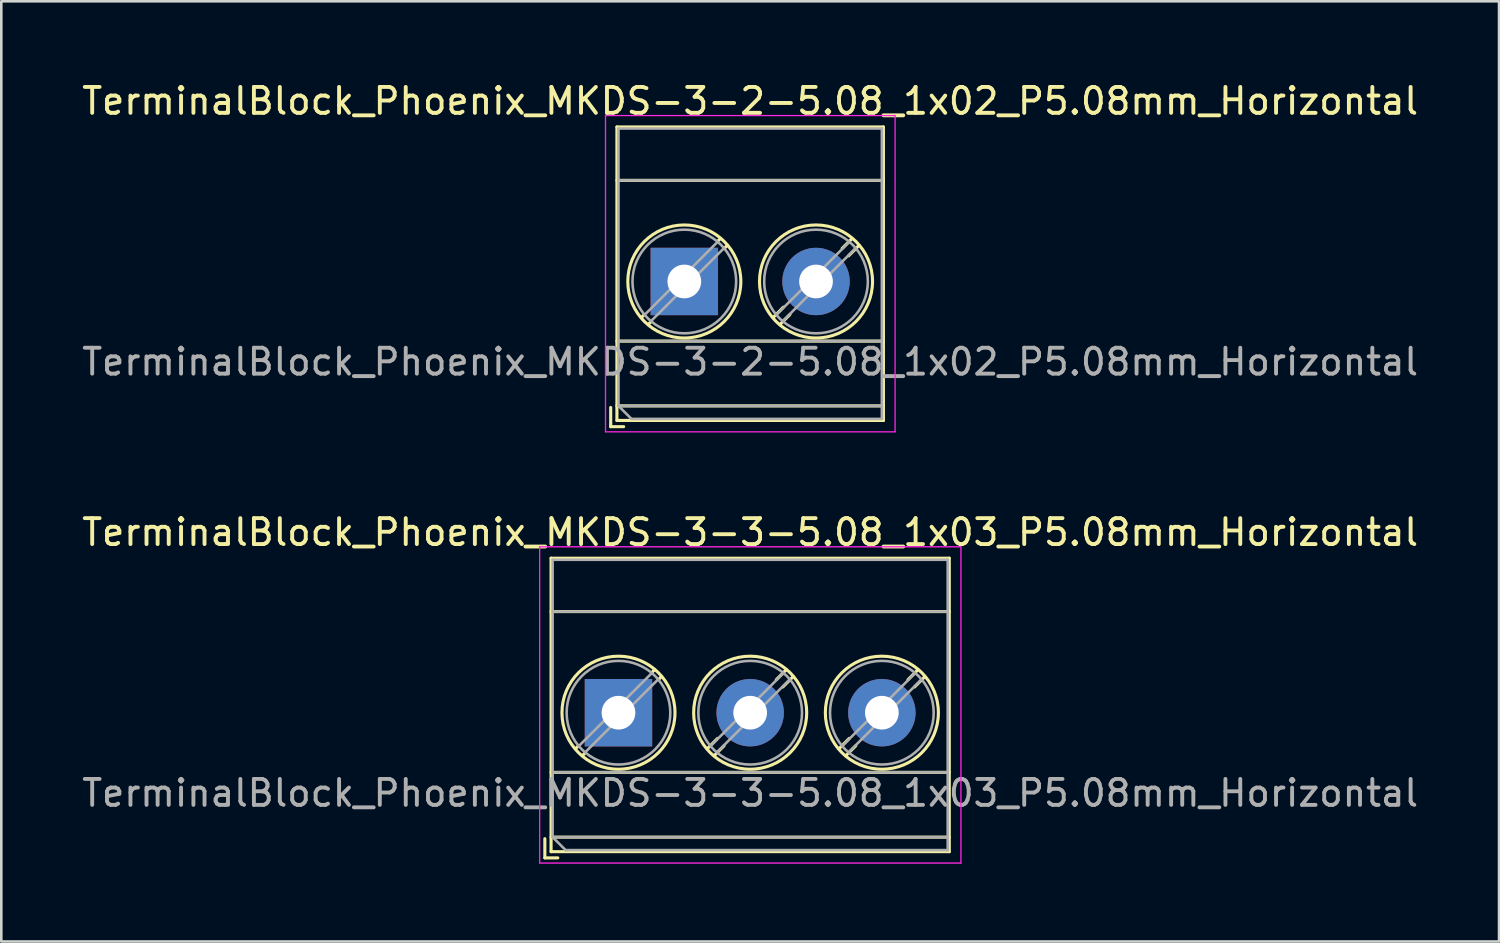
<source format=kicad_pcb>
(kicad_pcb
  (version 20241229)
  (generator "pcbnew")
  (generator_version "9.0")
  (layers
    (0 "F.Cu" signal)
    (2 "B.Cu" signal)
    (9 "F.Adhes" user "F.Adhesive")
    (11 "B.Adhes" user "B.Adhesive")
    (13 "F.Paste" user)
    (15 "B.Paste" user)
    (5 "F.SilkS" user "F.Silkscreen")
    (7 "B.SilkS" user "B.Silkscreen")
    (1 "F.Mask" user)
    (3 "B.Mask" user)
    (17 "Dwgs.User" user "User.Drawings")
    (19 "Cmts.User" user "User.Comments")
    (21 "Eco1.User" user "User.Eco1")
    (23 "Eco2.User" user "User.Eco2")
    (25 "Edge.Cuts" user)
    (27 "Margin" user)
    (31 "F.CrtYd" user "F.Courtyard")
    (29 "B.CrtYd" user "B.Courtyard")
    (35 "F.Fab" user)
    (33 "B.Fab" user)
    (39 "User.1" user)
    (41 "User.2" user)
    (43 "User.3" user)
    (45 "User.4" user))
  (footprint "TerminalBlock_Phoenix_MKDS-3-3-5.08_1x03_P5.08mm_Horizontal"
    (layer "F.Cu")
    (at 20.807 24.442)
    (property "Reference" "TerminalBlock_Phoenix_MKDS-3-3-5.08_1x03_P5.08mm_Horizontal" (at 5.08 -6.96 0) (layer "F.SilkS") (effects (font (size 1 1) (thickness 0.15))))
    (attr through_hole)
    (fp_line (start -2.84 4.86) (end -2.84 5.6) (stroke (width 0.12) (type solid)) (layer "F.SilkS"))
    (fp_line (start -2.84 5.6) (end -2.34 5.6) (stroke (width 0.12) (type solid)) (layer "F.SilkS"))
    (fp_line (start -2.6 -5.96) (end -2.6 5.36) (stroke (width 0.12) (type solid)) (layer "F.SilkS"))
    (fp_line (start -2.6 -5.96) (end 12.76 -5.96) (stroke (width 0.12) (type solid)) (layer "F.SilkS"))
    (fp_line (start -2.6 -3.9) (end 12.76 -3.9) (stroke (width 0.12) (type solid)) (layer "F.SilkS"))
    (fp_line (start -2.6 2.3) (end 12.76 2.3) (stroke (width 0.12) (type solid)) (layer "F.SilkS"))
    (fp_line (start -2.6 4.8) (end 12.76 4.8) (stroke (width 0.12) (type solid)) (layer "F.SilkS"))
    (fp_line (start -2.6 5.36) (end 12.76 5.36) (stroke (width 0.12) (type solid)) (layer "F.SilkS"))
    (fp_line (start -1.548 1.281) (end -1.654 1.388) (stroke (width 0.12) (type solid)) (layer "F.SilkS"))
    (fp_line (start -1.282 1.547) (end -1.388 1.654) (stroke (width 0.12) (type solid)) (layer "F.SilkS"))
    (fp_line (start 1.388 -1.654) (end 1.281 -1.547) (stroke (width 0.12) (type solid)) (layer "F.SilkS"))
    (fp_line (start 1.654 -1.388) (end 1.547 -1.281) (stroke (width 0.12) (type solid)) (layer "F.SilkS"))
    (fp_line (start 3.822 0.992) (end 3.427 1.388) (stroke (width 0.12) (type solid)) (layer "F.SilkS"))
    (fp_line (start 4.073 1.274) (end 3.693 1.654) (stroke (width 0.12) (type solid)) (layer "F.SilkS"))
    (fp_line (start 6.468 -1.654) (end 6.088 -1.274) (stroke (width 0.12) (type solid)) (layer "F.SilkS"))
    (fp_line (start 6.734 -1.388) (end 6.339 -0.992) (stroke (width 0.12) (type solid)) (layer "F.SilkS"))
    (fp_line (start 8.902 0.992) (end 8.507 1.388) (stroke (width 0.12) (type solid)) (layer "F.SilkS"))
    (fp_line (start 9.153 1.274) (end 8.773 1.654) (stroke (width 0.12) (type solid)) (layer "F.SilkS"))
    (fp_line (start 11.548 -1.654) (end 11.168 -1.274) (stroke (width 0.12) (type solid)) (layer "F.SilkS"))
    (fp_line (start 11.814 -1.388) (end 11.419 -0.992) (stroke (width 0.12) (type solid)) (layer "F.SilkS"))
    (fp_line (start 12.76 -5.96) (end 12.76 5.36) (stroke (width 0.12) (type solid)) (layer "F.SilkS"))
    (fp_circle (center 0 0) (end 2.18 0) (stroke (width 0.12) (type solid)) (fill no) (layer "F.SilkS"))
    (fp_circle (center 5.08 0) (end 7.26 0) (stroke (width 0.12) (type solid)) (fill no) (layer "F.SilkS"))
    (fp_circle (center 10.16 0) (end 12.34 0) (stroke (width 0.12) (type solid)) (fill no) (layer "F.SilkS"))
    (fp_line (start -3.04 -6.4) (end -3.04 5.8) (stroke (width 0.05) (type solid)) (layer "F.CrtYd"))
    (fp_line (start -3.04 5.8) (end 13.21 5.8) (stroke (width 0.05) (type solid)) (layer "F.CrtYd"))
    (fp_line (start 13.21 -6.4) (end -3.04 -6.4) (stroke (width 0.05) (type solid)) (layer "F.CrtYd"))
    (fp_line (start 13.21 5.8) (end 13.21 -6.4) (stroke (width 0.05) (type solid)) (layer "F.CrtYd"))
    (fp_line (start -2.54 -5.9) (end 12.7 -5.9) (stroke (width 0.1) (type solid)) (layer "F.Fab"))
    (fp_line (start -2.54 -3.9) (end 12.7 -3.9) (stroke (width 0.1) (type solid)) (layer "F.Fab"))
    (fp_line (start -2.54 2.3) (end 12.7 2.3) (stroke (width 0.1) (type solid)) (layer "F.Fab"))
    (fp_line (start -2.54 4.8) (end -2.54 -5.9) (stroke (width 0.1) (type solid)) (layer "F.Fab"))
    (fp_line (start -2.54 4.8) (end 12.7 4.8) (stroke (width 0.1) (type solid)) (layer "F.Fab"))
    (fp_line (start -2.04 5.3) (end -2.54 4.8) (stroke (width 0.1) (type solid)) (layer "F.Fab"))
    (fp_line (start 1.273 -1.517) (end -1.517 1.273) (stroke (width 0.1) (type solid)) (layer "F.Fab"))
    (fp_line (start 1.517 -1.273) (end -1.273 1.517) (stroke (width 0.1) (type solid)) (layer "F.Fab"))
    (fp_line (start 6.353 -1.517) (end 3.564 1.273) (stroke (width 0.1) (type solid)) (layer "F.Fab"))
    (fp_line (start 6.597 -1.273) (end 3.808 1.517) (stroke (width 0.1) (type solid)) (layer "F.Fab"))
    (fp_line (start 11.433 -1.517) (end 8.644 1.273) (stroke (width 0.1) (type solid)) (layer "F.Fab"))
    (fp_line (start 11.677 -1.273) (end 8.888 1.517) (stroke (width 0.1) (type solid)) (layer "F.Fab"))
    (fp_line (start 12.7 -5.9) (end 12.7 5.3) (stroke (width 0.1) (type solid)) (layer "F.Fab"))
    (fp_line (start 12.7 5.3) (end -2.04 5.3) (stroke (width 0.1) (type solid)) (layer "F.Fab"))
    (fp_circle (center 0 0) (end 2 0) (stroke (width 0.1) (type solid)) (fill no) (layer "F.Fab"))
    (fp_circle (center 5.08 0) (end 7.08 0) (stroke (width 0.1) (type solid)) (fill no) (layer "F.Fab"))
    (fp_circle (center 10.16 0) (end 12.16 0) (stroke (width 0.1) (type solid)) (fill no) (layer "F.Fab"))
    (fp_text user "${REFERENCE}" (at 5.08 3.1 0) (layer "F.Fab") (effects (font (size 1 1) (thickness 0.15))))
    (pad "1" thru_hole rect (at 0 0) (size 2.6 2.6) (drill 1.3) (layers "*.Cu" "*.Mask"))
    (pad "2" thru_hole circle (at 5.08 0) (size 2.6 2.6) (drill 1.3) (layers "*.Cu" "*.Mask"))
    (pad "3" thru_hole circle (at 10.16 0) (size 2.6 2.6) (drill 1.3) (layers "*.Cu" "*.Mask")))
  (footprint "TerminalBlock_Phoenix_MKDS-3-2-5.08_1x02_P5.08mm_Horizontal"
    (layer "F.Cu")
    (at 23.347 7.808)
    (property "Reference" "TerminalBlock_Phoenix_MKDS-3-2-5.08_1x02_P5.08mm_Horizontal" (at 2.54 -6.96 0) (layer "F.SilkS") (effects (font (size 1 1) (thickness 0.15))))
    (attr through_hole)
    (fp_line (start -2.84 4.86) (end -2.84 5.6) (stroke (width 0.12) (type solid)) (layer "F.SilkS"))
    (fp_line (start -2.84 5.6) (end -2.34 5.6) (stroke (width 0.12) (type solid)) (layer "F.SilkS"))
    (fp_line (start -2.6 -5.96) (end -2.6 5.36) (stroke (width 0.12) (type solid)) (layer "F.SilkS"))
    (fp_line (start -2.6 -5.96) (end 7.68 -5.96) (stroke (width 0.12) (type solid)) (layer "F.SilkS"))
    (fp_line (start -2.6 -3.9) (end 7.68 -3.9) (stroke (width 0.12) (type solid)) (layer "F.SilkS"))
    (fp_line (start -2.6 2.3) (end 7.68 2.3) (stroke (width 0.12) (type solid)) (layer "F.SilkS"))
    (fp_line (start -2.6 4.8) (end 7.68 4.8) (stroke (width 0.12) (type solid)) (layer "F.SilkS"))
    (fp_line (start -2.6 5.36) (end 7.68 5.36) (stroke (width 0.12) (type solid)) (layer "F.SilkS"))
    (fp_line (start -1.548 1.281) (end -1.654 1.388) (stroke (width 0.12) (type solid)) (layer "F.SilkS"))
    (fp_line (start -1.282 1.547) (end -1.388 1.654) (stroke (width 0.12) (type solid)) (layer "F.SilkS"))
    (fp_line (start 1.388 -1.654) (end 1.281 -1.547) (stroke (width 0.12) (type solid)) (layer "F.SilkS"))
    (fp_line (start 1.654 -1.388) (end 1.547 -1.281) (stroke (width 0.12) (type solid)) (layer "F.SilkS"))
    (fp_line (start 3.822 0.992) (end 3.427 1.388) (stroke (width 0.12) (type solid)) (layer "F.SilkS"))
    (fp_line (start 4.073 1.274) (end 3.693 1.654) (stroke (width 0.12) (type solid)) (layer "F.SilkS"))
    (fp_line (start 6.468 -1.654) (end 6.088 -1.274) (stroke (width 0.12) (type solid)) (layer "F.SilkS"))
    (fp_line (start 6.734 -1.388) (end 6.339 -0.992) (stroke (width 0.12) (type solid)) (layer "F.SilkS"))
    (fp_line (start 7.68 -5.96) (end 7.68 5.36) (stroke (width 0.12) (type solid)) (layer "F.SilkS"))
    (fp_circle (center 0 0) (end 2.18 0) (stroke (width 0.12) (type solid)) (fill no) (layer "F.SilkS"))
    (fp_circle (center 5.08 0) (end 7.26 0) (stroke (width 0.12) (type solid)) (fill no) (layer "F.SilkS"))
    (fp_line (start -3.04 -6.4) (end -3.04 5.8) (stroke (width 0.05) (type solid)) (layer "F.CrtYd"))
    (fp_line (start -3.04 5.8) (end 8.13 5.8) (stroke (width 0.05) (type solid)) (layer "F.CrtYd"))
    (fp_line (start 8.13 -6.4) (end -3.04 -6.4) (stroke (width 0.05) (type solid)) (layer "F.CrtYd"))
    (fp_line (start 8.13 5.8) (end 8.13 -6.4) (stroke (width 0.05) (type solid)) (layer "F.CrtYd"))
    (fp_line (start -2.54 -5.9) (end 7.62 -5.9) (stroke (width 0.1) (type solid)) (layer "F.Fab"))
    (fp_line (start -2.54 -3.9) (end 7.62 -3.9) (stroke (width 0.1) (type solid)) (layer "F.Fab"))
    (fp_line (start -2.54 2.3) (end 7.62 2.3) (stroke (width 0.1) (type solid)) (layer "F.Fab"))
    (fp_line (start -2.54 4.8) (end -2.54 -5.9) (stroke (width 0.1) (type solid)) (layer "F.Fab"))
    (fp_line (start -2.54 4.8) (end 7.62 4.8) (stroke (width 0.1) (type solid)) (layer "F.Fab"))
    (fp_line (start -2.04 5.3) (end -2.54 4.8) (stroke (width 0.1) (type solid)) (layer "F.Fab"))
    (fp_line (start 1.273 -1.517) (end -1.517 1.273) (stroke (width 0.1) (type solid)) (layer "F.Fab"))
    (fp_line (start 1.517 -1.273) (end -1.273 1.517) (stroke (width 0.1) (type solid)) (layer "F.Fab"))
    (fp_line (start 6.353 -1.517) (end 3.564 1.273) (stroke (width 0.1) (type solid)) (layer "F.Fab"))
    (fp_line (start 6.597 -1.273) (end 3.808 1.517) (stroke (width 0.1) (type solid)) (layer "F.Fab"))
    (fp_line (start 7.62 -5.9) (end 7.62 5.3) (stroke (width 0.1) (type solid)) (layer "F.Fab"))
    (fp_line (start 7.62 5.3) (end -2.04 5.3) (stroke (width 0.1) (type solid)) (layer "F.Fab"))
    (fp_circle (center 0 0) (end 2 0) (stroke (width 0.1) (type solid)) (fill no) (layer "F.Fab"))
    (fp_circle (center 5.08 0) (end 7.08 0) (stroke (width 0.1) (type solid)) (fill no) (layer "F.Fab"))
    (fp_text user "${REFERENCE}" (at 2.54 3.1 0) (layer "F.Fab") (effects (font (size 1 1) (thickness 0.15))))
    (pad "1" thru_hole rect (at 0 0) (size 2.6 2.6) (drill 1.3) (layers "*.Cu" "*.Mask"))
    (pad "2" thru_hole circle (at 5.08 0) (size 2.6 2.6) (drill 1.3) (layers "*.Cu" "*.Mask")))
  (gr_rect
    (start -3 -3)
    (end 54.774 33.267)
    (stroke (width 0.1) (type default))
    (fill no)
    (layer "Edge.Cuts")))
</source>
